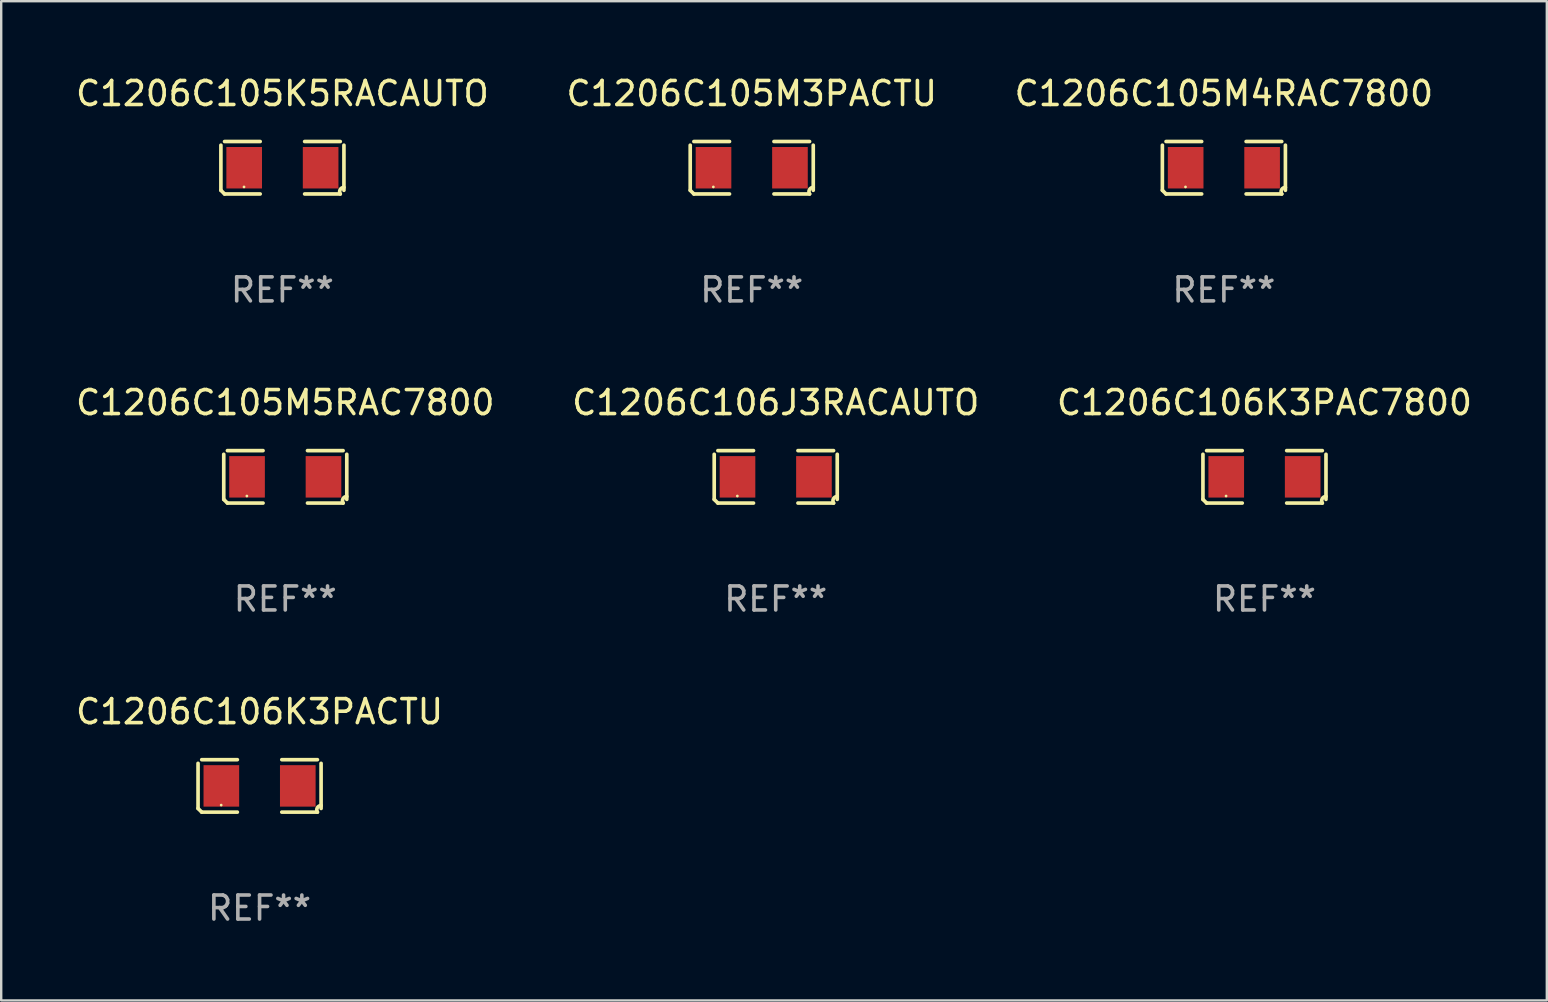
<source format=kicad_pcb>
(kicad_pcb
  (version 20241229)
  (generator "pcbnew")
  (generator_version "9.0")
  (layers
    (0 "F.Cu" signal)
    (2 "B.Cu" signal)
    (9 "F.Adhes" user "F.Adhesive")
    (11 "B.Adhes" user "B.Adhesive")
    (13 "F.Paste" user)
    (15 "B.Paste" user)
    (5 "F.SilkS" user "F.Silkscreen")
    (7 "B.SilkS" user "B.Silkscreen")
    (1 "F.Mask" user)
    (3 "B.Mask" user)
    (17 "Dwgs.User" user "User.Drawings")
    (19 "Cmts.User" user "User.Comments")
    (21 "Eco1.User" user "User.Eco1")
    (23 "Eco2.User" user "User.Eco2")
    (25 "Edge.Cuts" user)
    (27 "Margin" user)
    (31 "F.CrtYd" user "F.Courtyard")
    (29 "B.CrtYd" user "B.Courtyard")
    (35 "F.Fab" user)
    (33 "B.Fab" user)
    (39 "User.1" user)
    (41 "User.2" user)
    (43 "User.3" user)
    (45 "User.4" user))
  (footprint "C1206C106K3PAC7800"
    (layer "F.Cu")
    (at 49.649 16.823)
    (property "Reference" "C1206C106K3PAC7800" (at 0 -3.093 0) (layer "F.SilkS") (effects (font (size 1 1) (thickness 0.15))))
    (attr through_hole)
    (fp_line (start -2.564 0.94) (end -2.564 -0.94) (stroke (width 0.152) (type solid)) (layer "F.SilkS"))
    (fp_line (start -2.411 -1.093) (end -0.926 -1.093) (stroke (width 0.152) (type solid)) (layer "F.SilkS"))
    (fp_line (start -0.926 1.093) (end -2.411 1.093) (stroke (width 0.152) (type solid)) (layer "F.SilkS"))
    (fp_line (start 0.926 1.093) (end 2.411 1.093) (stroke (width 0.152) (type solid)) (layer "F.SilkS"))
    (fp_line (start 2.411 -1.093) (end 0.926 -1.093) (stroke (width 0.152) (type solid)) (layer "F.SilkS"))
    (fp_line (start 2.564 0.94) (end 2.564 -0.94) (stroke (width 0.152) (type solid)) (layer "F.SilkS"))
    (fp_arc (start -2.411201 1.092609) (mid -2.487413 1.01642) (end -2.563602 0.940208) (stroke (width 0.1524) (type solid)) (layer "F.SilkS"))
    (fp_arc (start 2.411201 1.092609) (mid 2.407159 0.911226) (end 2.563602 0.819347) (stroke (width 0.1524) (type solid)) (layer "F.SilkS"))
    (fp_circle (center -1.6 0.8) (end -1.57 0.8) (stroke (width 0.06) (type solid)) (fill no) (layer "F.SilkS"))
    (fp_text user "REF**" (at 0 5.093 0) (layer "F.Fab") (effects (font (size 1 1) (thickness 0.15))))
    (pad "1" smd rect (at -1.593 0) (size 1.485 1.728) (layers "F.Cu" "F.Mask" "F.Paste"))
    (pad "2" smd rect (at 1.593 0) (size 1.485 1.728) (layers "F.Cu" "F.Mask" "F.Paste")))
  (footprint "C1206C105K5RACAUTO"
    (layer "F.Cu")
    (at 8.72 3.941)
    (property "Reference" "C1206C105K5RACAUTO" (at 0 -3.093 0) (layer "F.SilkS") (effects (font (size 1 1) (thickness 0.15))))
    (attr through_hole)
    (fp_line (start -2.564 0.94) (end -2.564 -0.94) (stroke (width 0.152) (type solid)) (layer "F.SilkS"))
    (fp_line (start -2.411 -1.093) (end -0.926 -1.093) (stroke (width 0.152) (type solid)) (layer "F.SilkS"))
    (fp_line (start -0.926 1.093) (end -2.411 1.093) (stroke (width 0.152) (type solid)) (layer "F.SilkS"))
    (fp_line (start 0.926 1.093) (end 2.411 1.093) (stroke (width 0.152) (type solid)) (layer "F.SilkS"))
    (fp_line (start 2.411 -1.093) (end 0.926 -1.093) (stroke (width 0.152) (type solid)) (layer "F.SilkS"))
    (fp_line (start 2.564 0.94) (end 2.564 -0.94) (stroke (width 0.152) (type solid)) (layer "F.SilkS"))
    (fp_arc (start -2.411201 1.092609) (mid -2.487413 1.01642) (end -2.563602 0.940208) (stroke (width 0.1524) (type solid)) (layer "F.SilkS"))
    (fp_arc (start 2.411201 1.092609) (mid 2.407159 0.911226) (end 2.563602 0.819347) (stroke (width 0.1524) (type solid)) (layer "F.SilkS"))
    (fp_circle (center -1.6 0.8) (end -1.57 0.8) (stroke (width 0.06) (type solid)) (fill no) (layer "F.SilkS"))
    (fp_text user "REF**" (at 0 5.093 0) (layer "F.Fab") (effects (font (size 1 1) (thickness 0.15))))
    (pad "1" smd rect (at -1.593 0) (size 1.485 1.728) (layers "F.Cu" "F.Mask" "F.Paste"))
    (pad "2" smd rect (at 1.593 0) (size 1.485 1.728) (layers "F.Cu" "F.Mask" "F.Paste")))
  (footprint "C1206C105M5RAC7800"
    (layer "F.Cu")
    (at 8.839 16.823)
    (property "Reference" "C1206C105M5RAC7800" (at 0 -3.093 0) (layer "F.SilkS") (effects (font (size 1 1) (thickness 0.15))))
    (attr through_hole)
    (fp_line (start -2.564 0.94) (end -2.564 -0.94) (stroke (width 0.152) (type solid)) (layer "F.SilkS"))
    (fp_line (start -2.411 -1.093) (end -0.926 -1.093) (stroke (width 0.152) (type solid)) (layer "F.SilkS"))
    (fp_line (start -0.926 1.093) (end -2.411 1.093) (stroke (width 0.152) (type solid)) (layer "F.SilkS"))
    (fp_line (start 0.926 1.093) (end 2.411 1.093) (stroke (width 0.152) (type solid)) (layer "F.SilkS"))
    (fp_line (start 2.411 -1.093) (end 0.926 -1.093) (stroke (width 0.152) (type solid)) (layer "F.SilkS"))
    (fp_line (start 2.564 0.94) (end 2.564 -0.94) (stroke (width 0.152) (type solid)) (layer "F.SilkS"))
    (fp_arc (start -2.411201 1.092609) (mid -2.487413 1.01642) (end -2.563602 0.940208) (stroke (width 0.1524) (type solid)) (layer "F.SilkS"))
    (fp_arc (start 2.411201 1.092609) (mid 2.407159 0.911226) (end 2.563602 0.819347) (stroke (width 0.1524) (type solid)) (layer "F.SilkS"))
    (fp_circle (center -1.6 0.8) (end -1.57 0.8) (stroke (width 0.06) (type solid)) (fill no) (layer "F.SilkS"))
    (fp_text user "REF**" (at 0 5.093 0) (layer "F.Fab") (effects (font (size 1 1) (thickness 0.15))))
    (pad "1" smd rect (at -1.593 0) (size 1.485 1.728) (layers "F.Cu" "F.Mask" "F.Paste"))
    (pad "2" smd rect (at 1.593 0) (size 1.485 1.728) (layers "F.Cu" "F.Mask" "F.Paste")))
  (footprint "C1206C106K3PACTU"
    (layer "F.Cu")
    (at 7.768 29.704)
    (property "Reference" "C1206C106K3PACTU" (at 0 -3.093 0) (layer "F.SilkS") (effects (font (size 1 1) (thickness 0.15))))
    (attr through_hole)
    (fp_line (start -2.564 0.94) (end -2.564 -0.94) (stroke (width 0.152) (type solid)) (layer "F.SilkS"))
    (fp_line (start -2.411 -1.093) (end -0.926 -1.093) (stroke (width 0.152) (type solid)) (layer "F.SilkS"))
    (fp_line (start -0.926 1.093) (end -2.411 1.093) (stroke (width 0.152) (type solid)) (layer "F.SilkS"))
    (fp_line (start 0.926 1.093) (end 2.411 1.093) (stroke (width 0.152) (type solid)) (layer "F.SilkS"))
    (fp_line (start 2.411 -1.093) (end 0.926 -1.093) (stroke (width 0.152) (type solid)) (layer "F.SilkS"))
    (fp_line (start 2.564 0.94) (end 2.564 -0.94) (stroke (width 0.152) (type solid)) (layer "F.SilkS"))
    (fp_arc (start -2.411201 1.092609) (mid -2.487413 1.01642) (end -2.563602 0.940208) (stroke (width 0.1524) (type solid)) (layer "F.SilkS"))
    (fp_arc (start 2.411201 1.092609) (mid 2.407159 0.911226) (end 2.563602 0.819347) (stroke (width 0.1524) (type solid)) (layer "F.SilkS"))
    (fp_circle (center -1.6 0.8) (end -1.57 0.8) (stroke (width 0.06) (type solid)) (fill no) (layer "F.SilkS"))
    (fp_text user "REF**" (at 0 5.093 0) (layer "F.Fab") (effects (font (size 1 1) (thickness 0.15))))
    (pad "1" smd rect (at -1.593 0) (size 1.485 1.728) (layers "F.Cu" "F.Mask" "F.Paste"))
    (pad "2" smd rect (at 1.593 0) (size 1.485 1.728) (layers "F.Cu" "F.Mask" "F.Paste")))
  (footprint "C1206C105M3PACTU"
    (layer "F.Cu")
    (at 28.28 3.941)
    (property "Reference" "C1206C105M3PACTU" (at 0 -3.093 0) (layer "F.SilkS") (effects (font (size 1 1) (thickness 0.15))))
    (attr through_hole)
    (fp_line (start -2.564 0.94) (end -2.564 -0.94) (stroke (width 0.152) (type solid)) (layer "F.SilkS"))
    (fp_line (start -2.411 -1.093) (end -0.926 -1.093) (stroke (width 0.152) (type solid)) (layer "F.SilkS"))
    (fp_line (start -0.926 1.093) (end -2.411 1.093) (stroke (width 0.152) (type solid)) (layer "F.SilkS"))
    (fp_line (start 0.926 1.093) (end 2.411 1.093) (stroke (width 0.152) (type solid)) (layer "F.SilkS"))
    (fp_line (start 2.411 -1.093) (end 0.926 -1.093) (stroke (width 0.152) (type solid)) (layer "F.SilkS"))
    (fp_line (start 2.564 0.94) (end 2.564 -0.94) (stroke (width 0.152) (type solid)) (layer "F.SilkS"))
    (fp_arc (start -2.411201 1.092609) (mid -2.487413 1.01642) (end -2.563602 0.940208) (stroke (width 0.1524) (type solid)) (layer "F.SilkS"))
    (fp_arc (start 2.411201 1.092609) (mid 2.407159 0.911226) (end 2.563602 0.819347) (stroke (width 0.1524) (type solid)) (layer "F.SilkS"))
    (fp_circle (center -1.6 0.8) (end -1.57 0.8) (stroke (width 0.06) (type solid)) (fill no) (layer "F.SilkS"))
    (fp_text user "REF**" (at 0 5.093 0) (layer "F.Fab") (effects (font (size 1 1) (thickness 0.15))))
    (pad "1" smd rect (at -1.593 0) (size 1.485 1.728) (layers "F.Cu" "F.Mask" "F.Paste"))
    (pad "2" smd rect (at 1.593 0) (size 1.485 1.728) (layers "F.Cu" "F.Mask" "F.Paste")))
  (footprint "C1206C106J3RACAUTO"
    (layer "F.Cu")
    (at 29.28 16.823)
    (property "Reference" "C1206C106J3RACAUTO" (at 0 -3.093 0) (layer "F.SilkS") (effects (font (size 1 1) (thickness 0.15))))
    (attr through_hole)
    (fp_line (start -2.564 0.94) (end -2.564 -0.94) (stroke (width 0.152) (type solid)) (layer "F.SilkS"))
    (fp_line (start -2.411 -1.093) (end -0.926 -1.093) (stroke (width 0.152) (type solid)) (layer "F.SilkS"))
    (fp_line (start -0.926 1.093) (end -2.411 1.093) (stroke (width 0.152) (type solid)) (layer "F.SilkS"))
    (fp_line (start 0.926 1.093) (end 2.411 1.093) (stroke (width 0.152) (type solid)) (layer "F.SilkS"))
    (fp_line (start 2.411 -1.093) (end 0.926 -1.093) (stroke (width 0.152) (type solid)) (layer "F.SilkS"))
    (fp_line (start 2.564 0.94) (end 2.564 -0.94) (stroke (width 0.152) (type solid)) (layer "F.SilkS"))
    (fp_arc (start -2.411201 1.092609) (mid -2.487413 1.01642) (end -2.563602 0.940208) (stroke (width 0.1524) (type solid)) (layer "F.SilkS"))
    (fp_arc (start 2.411201 1.092609) (mid 2.407159 0.911226) (end 2.563602 0.819347) (stroke (width 0.1524) (type solid)) (layer "F.SilkS"))
    (fp_circle (center -1.6 0.8) (end -1.57 0.8) (stroke (width 0.06) (type solid)) (fill no) (layer "F.SilkS"))
    (fp_text user "REF**" (at 0 5.093 0) (layer "F.Fab") (effects (font (size 1 1) (thickness 0.15))))
    (pad "1" smd rect (at -1.593 0) (size 1.485 1.728) (layers "F.Cu" "F.Mask" "F.Paste"))
    (pad "2" smd rect (at 1.593 0) (size 1.485 1.728) (layers "F.Cu" "F.Mask" "F.Paste")))
  (footprint "C1206C105M4RAC7800"
    (layer "F.Cu")
    (at 47.958 3.941)
    (property "Reference" "C1206C105M4RAC7800" (at 0 -3.093 0) (layer "F.SilkS") (effects (font (size 1 1) (thickness 0.15))))
    (attr through_hole)
    (fp_line (start -2.564 0.94) (end -2.564 -0.94) (stroke (width 0.152) (type solid)) (layer "F.SilkS"))
    (fp_line (start -2.411 -1.093) (end -0.926 -1.093) (stroke (width 0.152) (type solid)) (layer "F.SilkS"))
    (fp_line (start -0.926 1.093) (end -2.411 1.093) (stroke (width 0.152) (type solid)) (layer "F.SilkS"))
    (fp_line (start 0.926 1.093) (end 2.411 1.093) (stroke (width 0.152) (type solid)) (layer "F.SilkS"))
    (fp_line (start 2.411 -1.093) (end 0.926 -1.093) (stroke (width 0.152) (type solid)) (layer "F.SilkS"))
    (fp_line (start 2.564 0.94) (end 2.564 -0.94) (stroke (width 0.152) (type solid)) (layer "F.SilkS"))
    (fp_arc (start -2.411201 1.092609) (mid -2.487413 1.01642) (end -2.563602 0.940208) (stroke (width 0.1524) (type solid)) (layer "F.SilkS"))
    (fp_arc (start 2.411201 1.092609) (mid 2.407159 0.911226) (end 2.563602 0.819347) (stroke (width 0.1524) (type solid)) (layer "F.SilkS"))
    (fp_circle (center -1.6 0.8) (end -1.57 0.8) (stroke (width 0.06) (type solid)) (fill no) (layer "F.SilkS"))
    (fp_text user "REF**" (at 0 5.093 0) (layer "F.Fab") (effects (font (size 1 1) (thickness 0.15))))
    (pad "1" smd rect (at -1.593 0) (size 1.485 1.728) (layers "F.Cu" "F.Mask" "F.Paste"))
    (pad "2" smd rect (at 1.593 0) (size 1.485 1.728) (layers "F.Cu" "F.Mask" "F.Paste")))
  (gr_rect
    (start -3 -3)
    (end 61.417 38.645)
    (stroke (width 0.1) (type default))
    (fill no)
    (layer "Edge.Cuts")))
</source>
